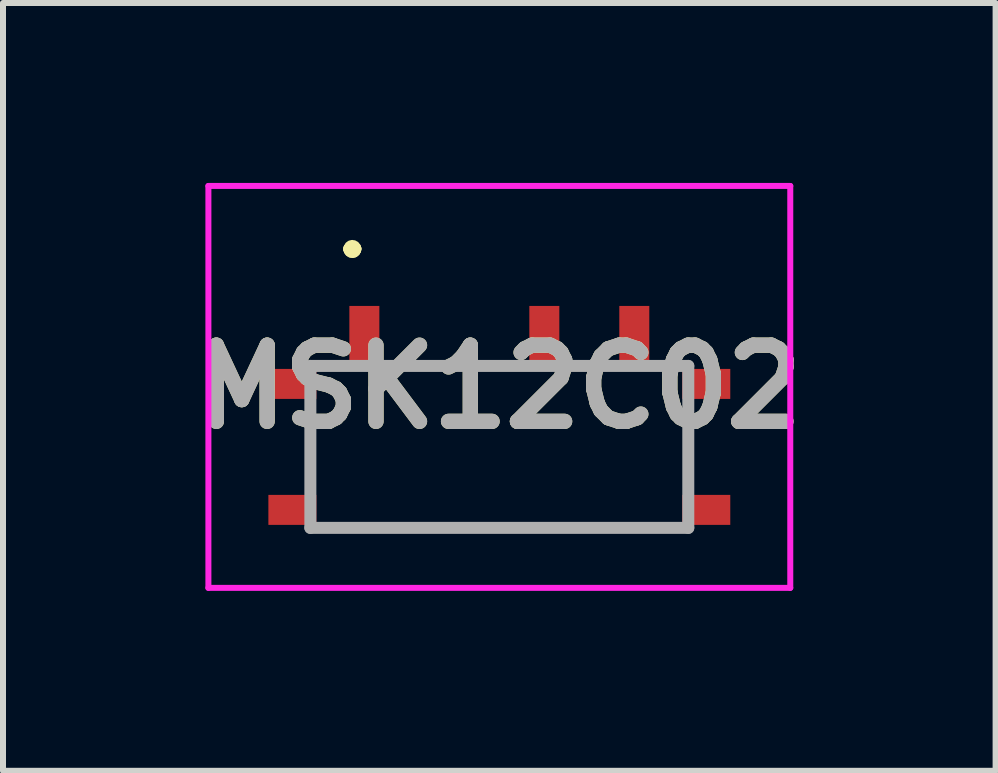
<source format=kicad_pcb>
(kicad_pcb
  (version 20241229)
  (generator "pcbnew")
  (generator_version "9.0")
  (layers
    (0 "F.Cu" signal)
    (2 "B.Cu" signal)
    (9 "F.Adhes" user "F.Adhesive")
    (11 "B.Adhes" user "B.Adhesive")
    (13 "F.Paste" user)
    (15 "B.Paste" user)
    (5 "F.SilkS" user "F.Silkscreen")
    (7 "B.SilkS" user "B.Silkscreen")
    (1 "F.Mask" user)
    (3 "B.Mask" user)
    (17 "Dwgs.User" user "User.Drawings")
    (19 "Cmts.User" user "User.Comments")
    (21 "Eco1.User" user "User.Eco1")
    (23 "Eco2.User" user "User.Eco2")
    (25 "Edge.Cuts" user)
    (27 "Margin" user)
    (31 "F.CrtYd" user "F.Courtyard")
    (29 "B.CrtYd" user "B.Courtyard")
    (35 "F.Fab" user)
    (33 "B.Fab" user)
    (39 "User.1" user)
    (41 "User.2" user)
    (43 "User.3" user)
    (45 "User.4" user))
  (footprint "MSK12C02"
    (layer "F.Cu")
    (at 5.274 4.4)
    (property "Reference" "MSK12C02" (at 0 -1 0) (layer "F.SilkS") (effects (font (size 1.27 1.27) (thickness 0.254))))
    (attr through_hole)
    (fp_line (start -3.15 -0.25) (end -3.15 -0.25) (stroke (width 0.1) (type solid)) (layer "F.SilkS"))
    (fp_line (start -3.15 -0.25) (end -3.15 0.25) (stroke (width 0.1) (type solid)) (layer "F.SilkS"))
    (fp_line (start -3.15 0.25) (end -3.15 -0.25) (stroke (width 0.1) (type solid)) (layer "F.SilkS"))
    (fp_line (start -3.15 0.25) (end -3.15 0.25) (stroke (width 0.1) (type solid)) (layer "F.SilkS"))
    (fp_line (start -2.5 -3.3) (end -2.5 -3.3) (stroke (width 0.2) (type solid)) (layer "F.SilkS"))
    (fp_line (start -2.5 -3.3) (end -2.5 -3.3) (stroke (width 0.2) (type solid)) (layer "F.SilkS"))
    (fp_line (start -2.5 1.35) (end -2.5 1.35) (stroke (width 0.1) (type solid)) (layer "F.SilkS"))
    (fp_line (start -2.5 1.35) (end 2.5 1.35) (stroke (width 0.1) (type solid)) (layer "F.SilkS"))
    (fp_line (start -2.4 -3.3) (end -2.4 -3.3) (stroke (width 0.2) (type solid)) (layer "F.SilkS"))
    (fp_line (start -1.25 -1.35) (end -1.25 -1.35) (stroke (width 0.1) (type solid)) (layer "F.SilkS"))
    (fp_line (start -1.25 -1.35) (end -0.25 -1.35) (stroke (width 0.1) (type solid)) (layer "F.SilkS"))
    (fp_line (start -0.25 -1.35) (end -1.25 -1.35) (stroke (width 0.1) (type solid)) (layer "F.SilkS"))
    (fp_line (start -0.25 -1.35) (end -0.25 -1.35) (stroke (width 0.1) (type solid)) (layer "F.SilkS"))
    (fp_line (start 2.5 1.35) (end -2.5 1.35) (stroke (width 0.1) (type solid)) (layer "F.SilkS"))
    (fp_line (start 2.5 1.35) (end 2.5 1.35) (stroke (width 0.1) (type solid)) (layer "F.SilkS"))
    (fp_line (start 3.15 -0.25) (end 3.15 -0.25) (stroke (width 0.1) (type solid)) (layer "F.SilkS"))
    (fp_line (start 3.15 -0.25) (end 3.15 0.25) (stroke (width 0.1) (type solid)) (layer "F.SilkS"))
    (fp_line (start 3.15 0.25) (end 3.15 -0.25) (stroke (width 0.1) (type solid)) (layer "F.SilkS"))
    (fp_line (start 3.15 0.25) (end 3.15 0.25) (stroke (width 0.1) (type solid)) (layer "F.SilkS"))
    (fp_arc (start -2.5 -3.3) (mid -2.45 -3.35) (end -2.4 -3.3) (stroke (width 0.2) (type solid)) (layer "F.SilkS"))
    (fp_arc (start -2.4 -3.3) (mid -2.45 -3.25) (end -2.5 -3.3) (stroke (width 0.2) (type solid)) (layer "F.SilkS"))
    (fp_arc (start -2.4 -3.3) (mid -2.45 -3.25) (end -2.5 -3.3) (stroke (width 0.2) (type solid)) (layer "F.SilkS"))
    (fp_line (start -4.85 -4.35) (end 4.85 -4.35) (stroke (width 0.1) (type solid)) (layer "F.CrtYd"))
    (fp_line (start -4.85 2.35) (end -4.85 -4.35) (stroke (width 0.1) (type solid)) (layer "F.CrtYd"))
    (fp_line (start 4.85 -4.35) (end 4.85 2.35) (stroke (width 0.1) (type solid)) (layer "F.CrtYd"))
    (fp_line (start 4.85 2.35) (end -4.85 2.35) (stroke (width 0.1) (type solid)) (layer "F.CrtYd"))
    (fp_line (start -3.15 -1.35) (end -3.15 1.35) (stroke (width 0.2) (type solid)) (layer "F.Fab"))
    (fp_line (start -3.15 1.35) (end 3.15 1.35) (stroke (width 0.2) (type solid)) (layer "F.Fab"))
    (fp_line (start 3.15 -1.35) (end -3.15 -1.35) (stroke (width 0.2) (type solid)) (layer "F.Fab"))
    (fp_line (start 3.15 1.35) (end 3.15 -1.35) (stroke (width 0.2) (type solid)) (layer "F.Fab"))
    (fp_text user "${REFERENCE}" (at 0 -1 0) (layer "F.Fab") (effects (font (size 1.27 1.27) (thickness 0.254))))
    (pad "" np_thru_hole circle (at -1.5 0) (size 0.001 0.001) (drill 0.85) (layers "*.Cu" "*.Mask"))
    (pad "" np_thru_hole circle (at 1.5 0) (size 0.001 0.001) (drill 0.85) (layers "*.Cu" "*.Mask"))
    (pad "A1" smd rect (at -2.25 -1.85) (size 0.5 1) (layers "F.Cu" "F.Mask" "F.Paste"))
    (pad "B1" smd rect (at 0.75 -1.85) (size 0.5 1) (layers "F.Cu" "F.Mask" "F.Paste"))
    (pad "C1" smd rect (at 2.25 -1.85) (size 0.5 1) (layers "F.Cu" "F.Mask" "F.Paste"))
    (pad "MP1" smd rect (at 3.45 -1.05 90) (size 0.5 0.8) (layers "F.Cu" "F.Mask" "F.Paste"))
    (pad "MP2" smd rect (at 3.45 1.05 90) (size 0.5 0.8) (layers "F.Cu" "F.Mask" "F.Paste"))
    (pad "MP3" smd rect (at -3.45 1.05 90) (size 0.5 0.8) (layers "F.Cu" "F.Mask" "F.Paste"))
    (pad "MP4" smd rect (at -3.45 -1.05 90) (size 0.5 0.8) (layers "F.Cu" "F.Mask" "F.Paste")))
  (gr_rect
    (start -3 -3)
    (end 13.547 9.8)
    (stroke (width 0.1) (type default))
    (fill no)
    (layer "Edge.Cuts")))
</source>
